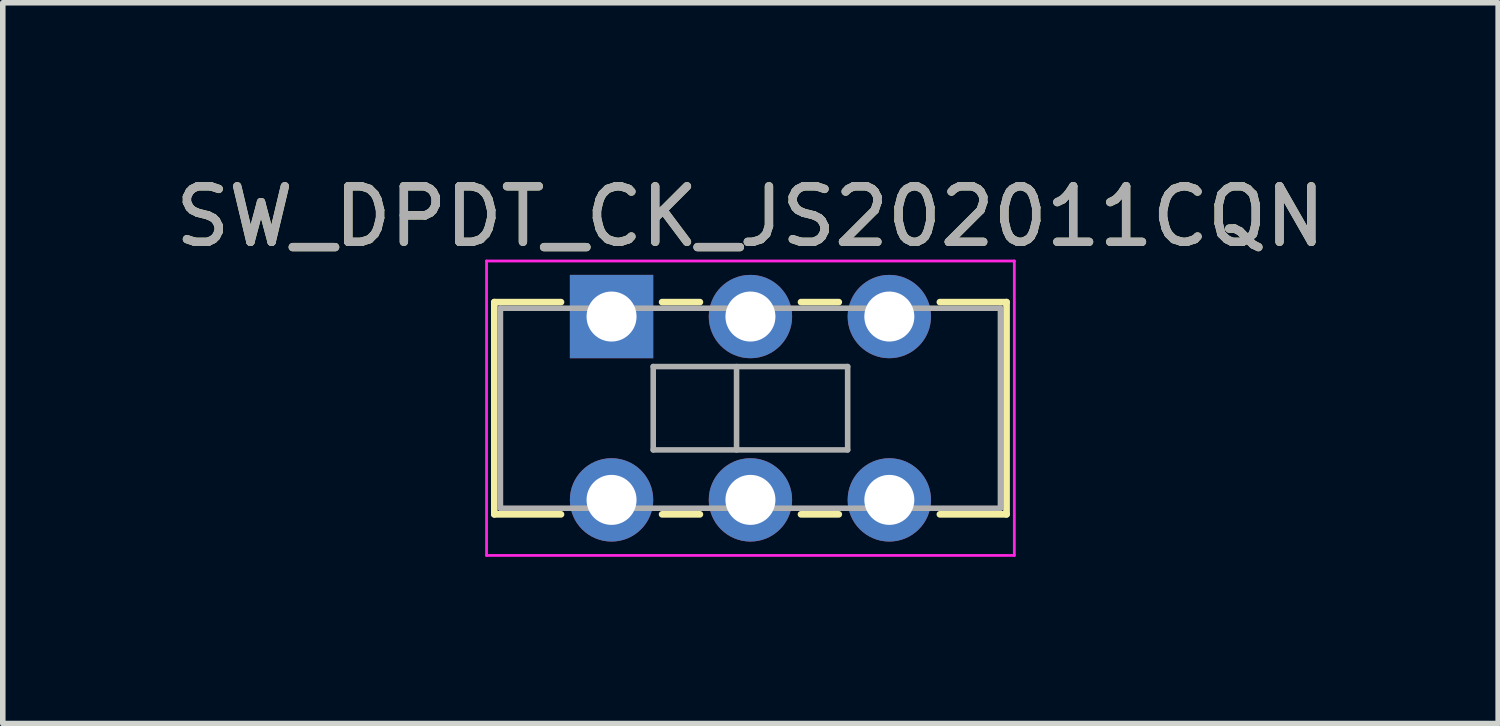
<source format=kicad_pcb>
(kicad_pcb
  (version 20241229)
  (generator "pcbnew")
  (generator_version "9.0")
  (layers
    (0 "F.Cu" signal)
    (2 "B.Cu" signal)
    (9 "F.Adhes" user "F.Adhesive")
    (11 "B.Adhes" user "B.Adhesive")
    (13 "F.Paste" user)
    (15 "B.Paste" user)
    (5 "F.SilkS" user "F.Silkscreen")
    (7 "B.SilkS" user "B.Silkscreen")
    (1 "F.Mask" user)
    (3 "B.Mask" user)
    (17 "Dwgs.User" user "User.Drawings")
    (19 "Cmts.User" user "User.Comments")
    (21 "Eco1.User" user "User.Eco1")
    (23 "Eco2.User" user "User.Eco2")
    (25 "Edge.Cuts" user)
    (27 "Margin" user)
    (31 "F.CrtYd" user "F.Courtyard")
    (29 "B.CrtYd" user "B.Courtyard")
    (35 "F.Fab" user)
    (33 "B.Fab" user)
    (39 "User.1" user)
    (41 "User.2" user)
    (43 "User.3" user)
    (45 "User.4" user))
  (footprint "SW_DPDT_CK_JS202011CQN"
    (layer "F.Cu")
    (at 7.958 2.648)
    (property "Reference" "SW_DPDT_CK_JS202011CQN" (at 2.5 -1.8 0) (layer "F.SilkS") (effects (font (size 1 1) (thickness 0.15))))
    (attr through_hole)
    (fp_line (start -2.11 -0.26) (end -2.11 3.56) (stroke (width 0.12) (type solid)) (layer "F.SilkS"))
    (fp_line (start -2.11 3.56) (end -0.91 3.56) (stroke (width 0.12) (type solid)) (layer "F.SilkS"))
    (fp_line (start -0.91 -0.26) (end -2.11 -0.26) (stroke (width 0.12) (type solid)) (layer "F.SilkS"))
    (fp_line (start 1.59 -0.26) (end 0.91 -0.26) (stroke (width 0.12) (type solid)) (layer "F.SilkS"))
    (fp_line (start 1.59 3.56) (end 0.91 3.56) (stroke (width 0.12) (type solid)) (layer "F.SilkS"))
    (fp_line (start 4.09 -0.26) (end 3.41 -0.26) (stroke (width 0.12) (type solid)) (layer "F.SilkS"))
    (fp_line (start 4.09 3.56) (end 3.41 3.56) (stroke (width 0.12) (type solid)) (layer "F.SilkS"))
    (fp_line (start 7.11 -0.26) (end 5.91 -0.26) (stroke (width 0.12) (type solid)) (layer "F.SilkS"))
    (fp_line (start 7.11 -0.26) (end 7.11 3.56) (stroke (width 0.12) (type solid)) (layer "F.SilkS"))
    (fp_line (start 7.11 3.56) (end 5.91 3.56) (stroke (width 0.12) (type solid)) (layer "F.SilkS"))
    (fp_line (start -2.25 -1) (end -2.25 4.3) (stroke (width 0.05) (type solid)) (layer "F.CrtYd"))
    (fp_line (start -2.25 -1) (end 7.25 -1) (stroke (width 0.05) (type solid)) (layer "F.CrtYd"))
    (fp_line (start 7.25 -1) (end 7.25 4.3) (stroke (width 0.05) (type solid)) (layer "F.CrtYd"))
    (fp_line (start 7.25 4.3) (end -2.25 4.3) (stroke (width 0.05) (type solid)) (layer "F.CrtYd"))
    (fp_line (start -2 -0.15) (end 7 -0.15) (stroke (width 0.1) (type solid)) (layer "F.Fab"))
    (fp_line (start -2 3.45) (end -2 -0.15) (stroke (width 0.1) (type solid)) (layer "F.Fab"))
    (fp_line (start 0.75 0.9) (end 0.75 2.4) (stroke (width 0.1) (type solid)) (layer "F.Fab"))
    (fp_line (start 0.75 0.9) (end 4.25 0.9) (stroke (width 0.1) (type solid)) (layer "F.Fab"))
    (fp_line (start 2.25 0.9) (end 2.25 2.4) (stroke (width 0.1) (type solid)) (layer "F.Fab"))
    (fp_line (start 4.25 0.9) (end 4.25 2.4) (stroke (width 0.1) (type solid)) (layer "F.Fab"))
    (fp_line (start 4.25 2.4) (end 0.75 2.4) (stroke (width 0.1) (type solid)) (layer "F.Fab"))
    (fp_line (start 7 -0.15) (end 7 3.45) (stroke (width 0.1) (type solid)) (layer "F.Fab"))
    (fp_line (start 7 3.45) (end -2 3.45) (stroke (width 0.1) (type solid)) (layer "F.Fab"))
    (fp_text user "${REFERENCE}" (at 2.5 -1.8 0) (layer "F.Fab") (effects (font (size 1 1) (thickness 0.15))))
    (pad "1" thru_hole rect (at 0 0) (size 1.5 1.5) (drill 0.9) (layers "*.Cu" "*.Mask"))
    (pad "2" thru_hole circle (at 2.5 0) (size 1.5 1.5) (drill 0.9) (layers "*.Cu" "*.Mask"))
    (pad "3" thru_hole circle (at 5 0) (size 1.5 1.5) (drill 0.9) (layers "*.Cu" "*.Mask"))
    (pad "4" thru_hole circle (at 0 3.3) (size 1.5 1.5) (drill 0.9) (layers "*.Cu" "*.Mask"))
    (pad "5" thru_hole circle (at 2.5 3.3) (size 1.5 1.5) (drill 0.9) (layers "*.Cu" "*.Mask"))
    (pad "6" thru_hole circle (at 5 3.3) (size 1.5 1.5) (drill 0.9) (layers "*.Cu" "*.Mask")))
  (gr_rect
    (start -3 -3)
    (end 23.917 9.973)
    (stroke (width 0.1) (type default))
    (fill no)
    (layer "Edge.Cuts")))
</source>
